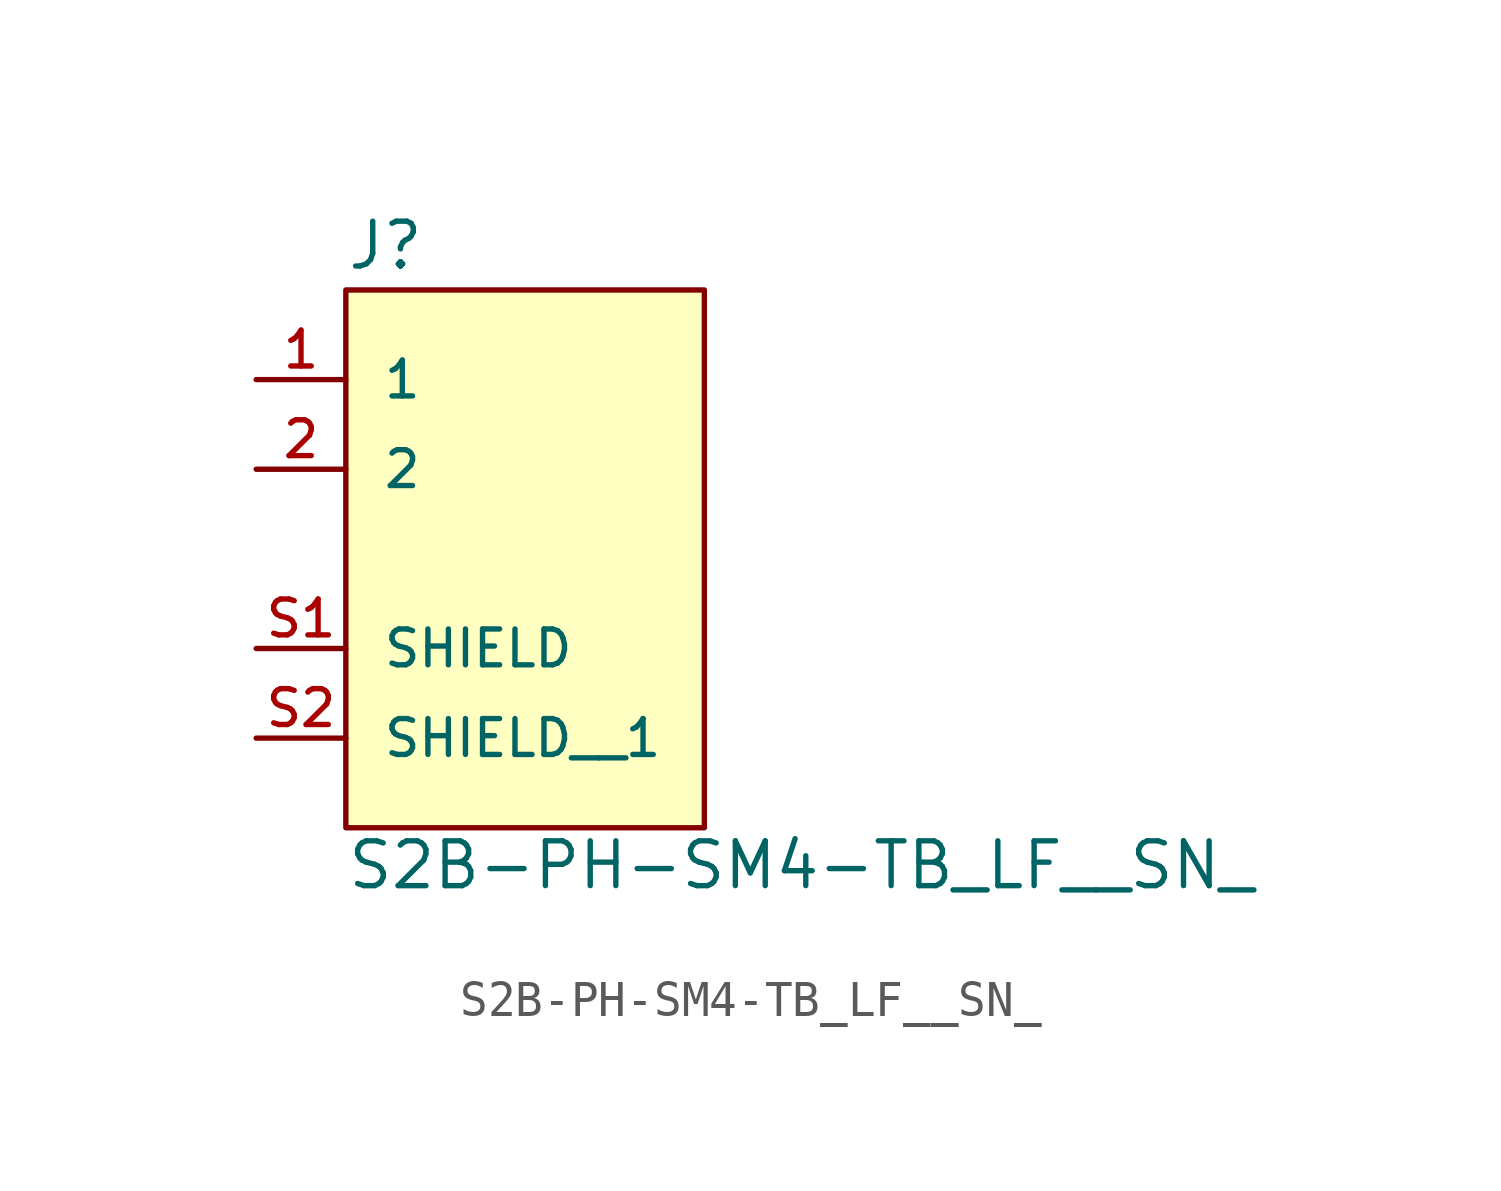
<source format=kicad_sym>
(kicad_symbol_lib
  (version 20211014)
  (generator kicad_symbol_editor)
  (symbol "S2B-PH-SM4-TB_LF__SN_"
    (pin_names
      (offset 1.016))
    (property "Reference" "J"
      (at -5.083 5.596 0)
      (effects (font (size 1.27 1.27)) (justify bottom left)))
    (property "Value" "S2B-PH-SM4-TB_LF__SN_"
      (at -5.088 -11.963 0)
      (effects (font (size 1.27 1.27)) (justify bottom left)))
    (symbol "S2B-PH-SM4-TB_LF__SN__0_0"
      (rectangle (start -5.08 -10.16) (end 5.08 5.08) (stroke (width 0.152)) (fill (type background)))
      (pin passive line (at -7.62 2.54 0) (length 2.54) (name "1" (effects (font (size 1.016 1.016)))) (number "1" (effects (font (size 1.016 1.016)))))
      (pin passive line (at -7.62 0.0 0) (length 2.54) (name "2" (effects (font (size 1.016 1.016)))) (number "2" (effects (font (size 1.016 1.016)))))
      (pin passive line (at -7.62 -5.08 0) (length 2.54) (name "SHIELD" (effects (font (size 1.016 1.016)))) (number "S1" (effects (font (size 1.016 1.016)))))
      (pin passive line (at -7.62 -7.62 0) (length 2.54) (name "SHIELD__1" (effects (font (size 1.016 1.016)))) (number "S2" (effects (font (size 1.016 1.016))))))))
</source>
